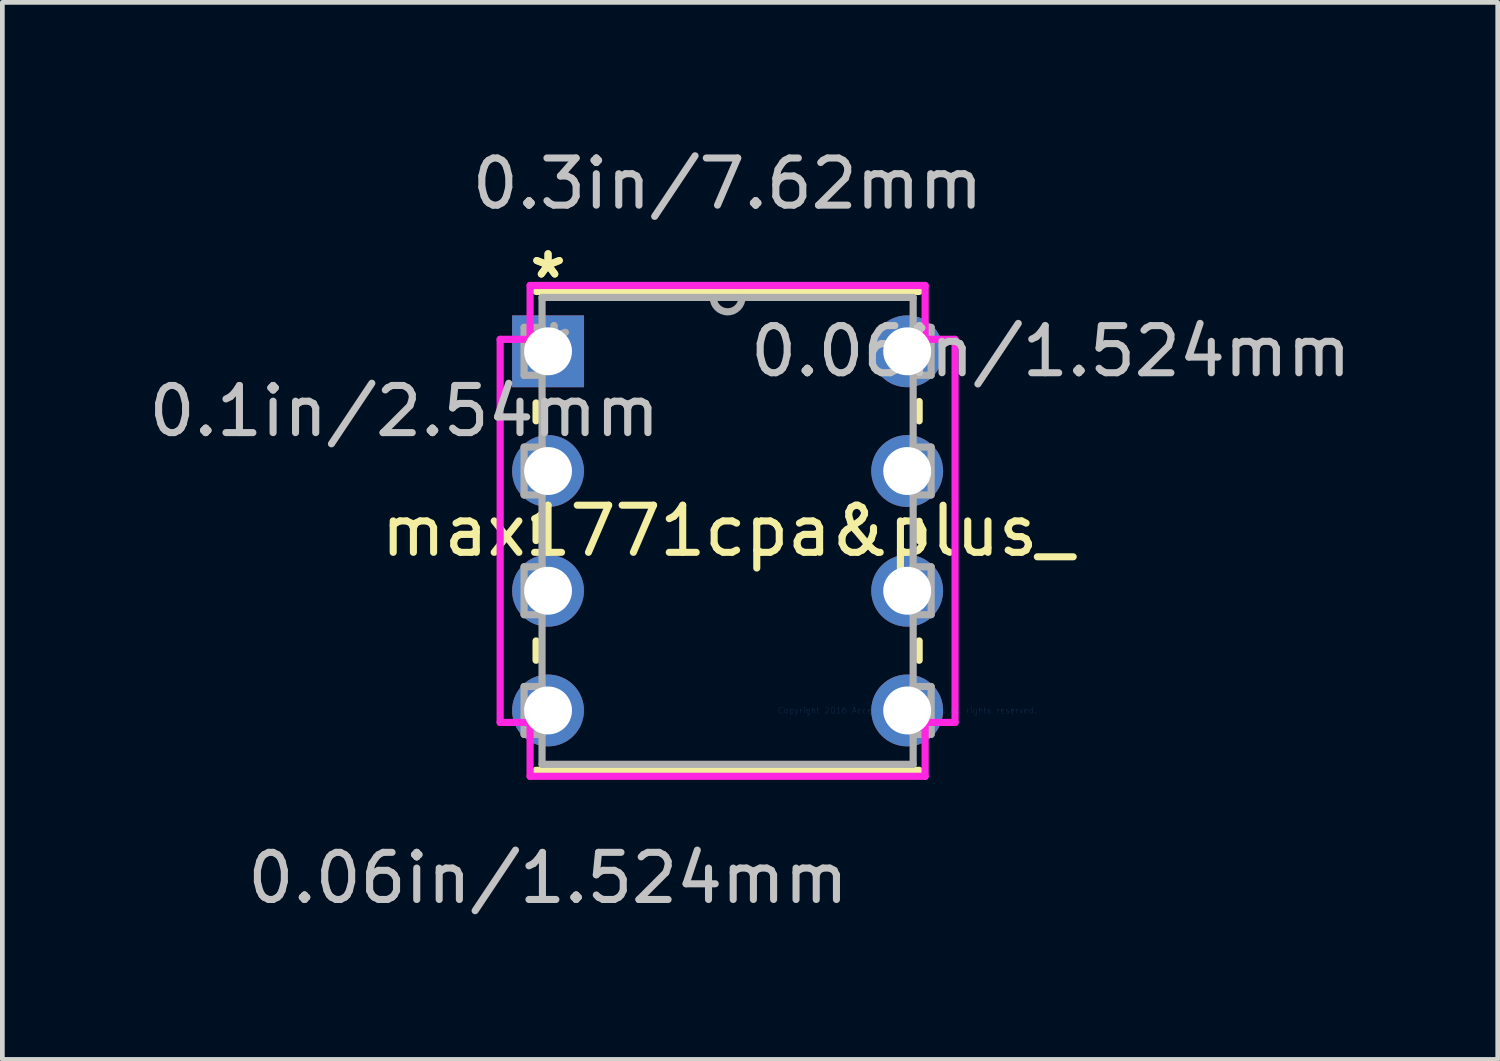
<source format=kicad_pcb>
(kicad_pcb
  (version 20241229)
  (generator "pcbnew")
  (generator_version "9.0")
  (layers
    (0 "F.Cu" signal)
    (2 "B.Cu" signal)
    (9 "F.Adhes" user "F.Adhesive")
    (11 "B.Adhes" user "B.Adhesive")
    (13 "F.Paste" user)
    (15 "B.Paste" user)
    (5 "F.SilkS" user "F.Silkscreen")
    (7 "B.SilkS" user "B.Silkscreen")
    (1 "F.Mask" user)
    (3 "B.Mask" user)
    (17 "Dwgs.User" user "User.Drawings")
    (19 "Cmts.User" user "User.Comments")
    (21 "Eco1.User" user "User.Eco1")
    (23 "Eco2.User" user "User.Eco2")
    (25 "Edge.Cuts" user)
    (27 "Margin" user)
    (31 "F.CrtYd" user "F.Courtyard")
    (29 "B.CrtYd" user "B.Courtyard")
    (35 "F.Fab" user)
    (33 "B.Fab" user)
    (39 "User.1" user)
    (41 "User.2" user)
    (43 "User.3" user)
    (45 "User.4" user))
  (footprint "max1771cpa&plus_"
    (layer "F.Cu")
    (at 16.198 12.024)
    (property "Reference" "max1771cpa&plus_" (at -3.81 -3.81 0) (layer "F.SilkS") (effects (font (size 1 1) (thickness 0.15))))
    (attr through_hole)
    (fp_line (start -7.874 -6.525) (end -7.874 -6.145) (stroke (width 0.152) (type solid)) (layer "F.SilkS"))
    (fp_line (start -7.874 -4.015) (end -7.874 -3.605) (stroke (width 0.152) (type solid)) (layer "F.SilkS"))
    (fp_line (start -7.874 -1.475) (end -7.874 -1.065) (stroke (width 0.152) (type solid)) (layer "F.SilkS"))
    (fp_line (start -7.874 1.27) (end 0.254 1.27) (stroke (width 0.152) (type solid)) (layer "F.SilkS"))
    (fp_line (start 0.254 -8.89) (end -7.874 -8.89) (stroke (width 0.152) (type solid)) (layer "F.SilkS"))
    (fp_line (start 0.254 -6.145) (end 0.254 -6.555) (stroke (width 0.152) (type solid)) (layer "F.SilkS"))
    (fp_line (start 0.254 -3.605) (end 0.254 -4.015) (stroke (width 0.152) (type solid)) (layer "F.SilkS"))
    (fp_line (start 0.254 -1.065) (end 0.254 -1.475) (stroke (width 0.152) (type solid)) (layer "F.SilkS"))
    (fp_line (start -8.636 -7.874) (end -8.636 0.254) (stroke (width 0.152) (type solid)) (layer "F.CrtYd"))
    (fp_line (start -8.636 0.254) (end -8.001 0.254) (stroke (width 0.152) (type solid)) (layer "F.CrtYd"))
    (fp_line (start -8.001 -9.017) (end -8.001 -7.874) (stroke (width 0.152) (type solid)) (layer "F.CrtYd"))
    (fp_line (start -8.001 -7.874) (end -8.636 -7.874) (stroke (width 0.152) (type solid)) (layer "F.CrtYd"))
    (fp_line (start -8.001 0.254) (end -8.001 1.397) (stroke (width 0.152) (type solid)) (layer "F.CrtYd"))
    (fp_line (start -8.001 1.397) (end 0.381 1.397) (stroke (width 0.152) (type solid)) (layer "F.CrtYd"))
    (fp_line (start 0.381 -9.017) (end -8.001 -9.017) (stroke (width 0.152) (type solid)) (layer "F.CrtYd"))
    (fp_line (start 0.381 -7.874) (end 0.381 -9.017) (stroke (width 0.152) (type solid)) (layer "F.CrtYd"))
    (fp_line (start 0.381 0.254) (end 1.016 0.254) (stroke (width 0.152) (type solid)) (layer "F.CrtYd"))
    (fp_line (start 0.381 1.397) (end 0.381 0.254) (stroke (width 0.152) (type solid)) (layer "F.CrtYd"))
    (fp_line (start 1.016 -7.874) (end 0.381 -7.874) (stroke (width 0.152) (type solid)) (layer "F.CrtYd"))
    (fp_line (start 1.016 0.254) (end 1.016 -7.874) (stroke (width 0.152) (type solid)) (layer "F.CrtYd"))
    (fp_line (start -8.128 -8.128) (end -8.128 -7.112) (stroke (width 0.152) (type solid)) (layer "F.Fab"))
    (fp_line (start -8.128 -7.112) (end -7.747 -7.112) (stroke (width 0.152) (type solid)) (layer "F.Fab"))
    (fp_line (start -8.128 -5.588) (end -8.128 -4.572) (stroke (width 0.152) (type solid)) (layer "F.Fab"))
    (fp_line (start -8.128 -4.572) (end -7.747 -4.572) (stroke (width 0.152) (type solid)) (layer "F.Fab"))
    (fp_line (start -8.128 -3.048) (end -8.128 -2.032) (stroke (width 0.152) (type solid)) (layer "F.Fab"))
    (fp_line (start -8.128 -2.032) (end -7.747 -2.032) (stroke (width 0.152) (type solid)) (layer "F.Fab"))
    (fp_line (start -8.128 -0.508) (end -8.128 0.508) (stroke (width 0.152) (type solid)) (layer "F.Fab"))
    (fp_line (start -8.128 0.508) (end -7.747 0.508) (stroke (width 0.152) (type solid)) (layer "F.Fab"))
    (fp_line (start -7.747 -8.763) (end -7.747 1.143) (stroke (width 0.152) (type solid)) (layer "F.Fab"))
    (fp_line (start -7.747 -8.128) (end -8.128 -8.128) (stroke (width 0.152) (type solid)) (layer "F.Fab"))
    (fp_line (start -7.747 -7.112) (end -7.747 -8.128) (stroke (width 0.152) (type solid)) (layer "F.Fab"))
    (fp_line (start -7.747 -5.588) (end -8.128 -5.588) (stroke (width 0.152) (type solid)) (layer "F.Fab"))
    (fp_line (start -7.747 -4.572) (end -7.747 -5.588) (stroke (width 0.152) (type solid)) (layer "F.Fab"))
    (fp_line (start -7.747 -3.048) (end -8.128 -3.048) (stroke (width 0.152) (type solid)) (layer "F.Fab"))
    (fp_line (start -7.747 -2.032) (end -7.747 -3.048) (stroke (width 0.152) (type solid)) (layer "F.Fab"))
    (fp_line (start -7.747 -0.508) (end -8.128 -0.508) (stroke (width 0.152) (type solid)) (layer "F.Fab"))
    (fp_line (start -7.747 0.508) (end -7.747 -0.508) (stroke (width 0.152) (type solid)) (layer "F.Fab"))
    (fp_line (start -7.747 1.143) (end 0.127 1.143) (stroke (width 0.152) (type solid)) (layer "F.Fab"))
    (fp_line (start 0.127 -8.763) (end -7.747 -8.763) (stroke (width 0.152) (type solid)) (layer "F.Fab"))
    (fp_line (start 0.127 -8.128) (end 0.127 -7.112) (stroke (width 0.152) (type solid)) (layer "F.Fab"))
    (fp_line (start 0.127 -7.112) (end 0.508 -7.112) (stroke (width 0.152) (type solid)) (layer "F.Fab"))
    (fp_line (start 0.127 -5.588) (end 0.127 -4.572) (stroke (width 0.152) (type solid)) (layer "F.Fab"))
    (fp_line (start 0.127 -4.572) (end 0.508 -4.572) (stroke (width 0.152) (type solid)) (layer "F.Fab"))
    (fp_line (start 0.127 -3.048) (end 0.127 -2.032) (stroke (width 0.152) (type solid)) (layer "F.Fab"))
    (fp_line (start 0.127 -2.032) (end 0.508 -2.032) (stroke (width 0.152) (type solid)) (layer "F.Fab"))
    (fp_line (start 0.127 -0.508) (end 0.127 0.508) (stroke (width 0.152) (type solid)) (layer "F.Fab"))
    (fp_line (start 0.127 0.508) (end 0.508 0.508) (stroke (width 0.152) (type solid)) (layer "F.Fab"))
    (fp_line (start 0.127 1.143) (end 0.127 -8.763) (stroke (width 0.152) (type solid)) (layer "F.Fab"))
    (fp_line (start 0.508 -8.128) (end 0.127 -8.128) (stroke (width 0.152) (type solid)) (layer "F.Fab"))
    (fp_line (start 0.508 -7.112) (end 0.508 -8.128) (stroke (width 0.152) (type solid)) (layer "F.Fab"))
    (fp_line (start 0.508 -5.588) (end 0.127 -5.588) (stroke (width 0.152) (type solid)) (layer "F.Fab"))
    (fp_line (start 0.508 -4.572) (end 0.508 -5.588) (stroke (width 0.152) (type solid)) (layer "F.Fab"))
    (fp_line (start 0.508 -3.048) (end 0.127 -3.048) (stroke (width 0.152) (type solid)) (layer "F.Fab"))
    (fp_line (start 0.508 -2.032) (end 0.508 -3.048) (stroke (width 0.152) (type solid)) (layer "F.Fab"))
    (fp_line (start 0.508 -0.508) (end 0.127 -0.508) (stroke (width 0.152) (type solid)) (layer "F.Fab"))
    (fp_line (start 0.508 0.508) (end 0.508 -0.508) (stroke (width 0.152) (type solid)) (layer "F.Fab"))
    (fp_arc (start -3.5052 -8.763) (mid -3.81 -8.4582) (end -4.1148 -8.763) (stroke (width 0.1524) (type solid)) (layer "F.Fab"))
    (fp_text user "*" (at -7.62 -9.144 0) (layer "F.SilkS") (effects (font (size 1 1) (thickness 0.15))))
    (fp_text user "*" (at -7.62 -9.144 0) (layer "F.SilkS") (effects (font (size 1 1) (thickness 0.15))))
    (fp_text user "0.1in/2.54mm" (at -10.668 -6.35 0) (layer "Dwgs.User") (effects (font (size 1 1) (thickness 0.15))))
    (fp_text user "0.06in/1.524mm" (at -7.62 3.556 0) (layer "Dwgs.User") (effects (font (size 1 1) (thickness 0.15))))
    (fp_text user "0.06in/1.524mm" (at 3.048 -7.62 0) (layer "Dwgs.User") (effects (font (size 1 1) (thickness 0.15))))
    (fp_text user "0.3in/7.62mm" (at -3.81 -11.176 0) (layer "Dwgs.User") (effects (font (size 1 1) (thickness 0.15))))
    (fp_text user "Copyright 2016 Accelerated Designs. All rights reserved." (at 0 0 0) (layer "Cmts.User") (effects (font (size 0.127 0.127) (thickness 0.002))))
    (fp_text user "*" (at -7.493 -7.62 0) (layer "F.Fab") (effects (font (size 1 1) (thickness 0.15))))
    (fp_text user "*" (at -7.493 -7.62 0) (layer "F.Fab") (effects (font (size 1 1) (thickness 0.15))))
    (pad "1" thru_hole rect (at -7.62 -7.62) (size 1.524 1.524) (drill 1.016) (layers "*.Cu" "*.Mask"))
    (pad "2" thru_hole circle (at -7.62 -5.08) (size 1.524 1.524) (drill 1.016) (layers "*.Cu" "*.Mask"))
    (pad "3" thru_hole circle (at -7.62 -2.54) (size 1.524 1.524) (drill 1.016) (layers "*.Cu" "*.Mask"))
    (pad "4" thru_hole circle (at -7.62 0) (size 1.524 1.524) (drill 1.016) (layers "*.Cu" "*.Mask"))
    (pad "5" thru_hole circle (at 0 0) (size 1.524 1.524) (drill 1.016) (layers "*.Cu" "*.Mask"))
    (pad "6" thru_hole circle (at 0 -2.54) (size 1.524 1.524) (drill 1.016) (layers "*.Cu" "*.Mask"))
    (pad "7" thru_hole circle (at 0 -5.08) (size 1.524 1.524) (drill 1.016) (layers "*.Cu" "*.Mask"))
    (pad "8" thru_hole circle (at 0 -7.62) (size 1.524 1.524) (drill 1.016) (layers "*.Cu" "*.Mask")))
  (gr_rect
    (start -3 -3)
    (end 28.728 19.428)
    (stroke (width 0.1) (type default))
    (fill no)
    (layer "Edge.Cuts")))
</source>
